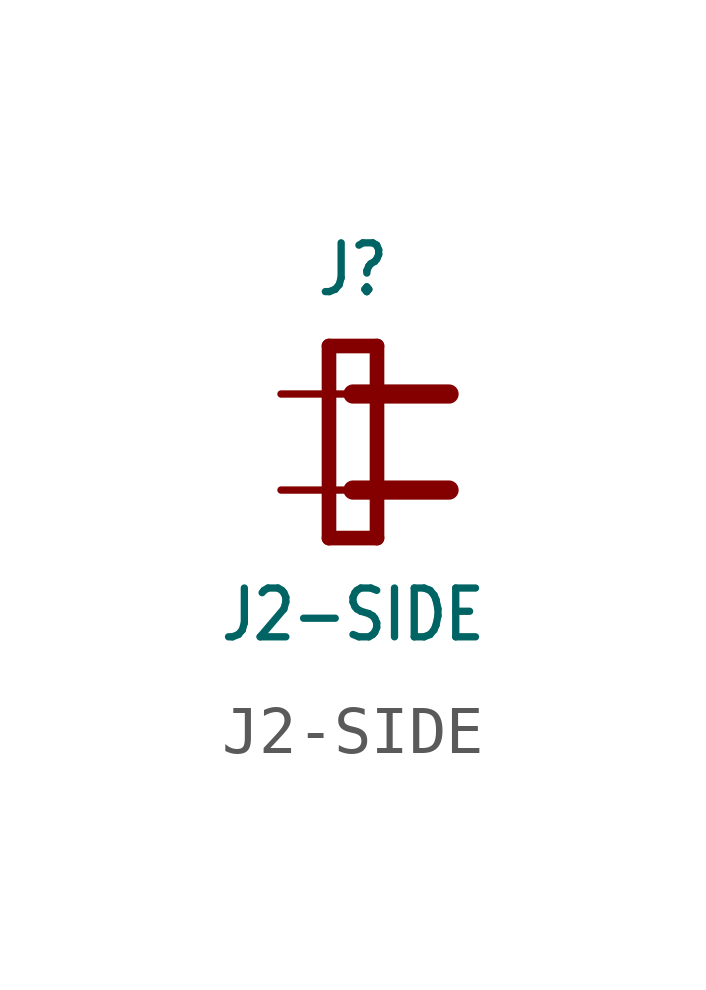
<source format=kicad_sym>
(kicad_symbol_lib
  (version 20211014)
  (generator kicad_symbol_editor)
  (symbol "J2-SIDE"
    (property "Reference" "J"
      (at 0 3 0)
      (effects (font (size 1.016 0.864)) (justify bottom)))
    (property "Value" "J2-SIDE"
      (at 0 -3 0)
      (effects (font (size 1.016 0.864)) (justify top)))
    (property "ki_locked" ""
      (at 0 0 0)
      (effects (font (size 1.27 1.27))))
    (symbol "J2-SIDE_1_0"
      (polyline (pts (xy -0.5 -2) (xy 0.5 -2)) (stroke (width 0.305) (type default) (color 0 0 0 0)) (fill (type none)))
      (polyline (pts (xy -0.5 2) (xy -0.5 -2)) (stroke (width 0.305) (type default) (color 0 0 0 0)) (fill (type none)))
      (polyline (pts (xy 0 -1) (xy 2 -1)) (stroke (width 0.4) (type default) (color 0 0 0 0)) (fill (type none)))
      (polyline (pts (xy 0 1) (xy 2 1)) (stroke (width 0.4) (type default) (color 0 0 0 0)) (fill (type none)))
      (polyline (pts (xy 0.5 -2) (xy 0.5 2)) (stroke (width 0.305) (type default) (color 0 0 0 0)) (fill (type none)))
      (polyline (pts (xy 0.5 2) (xy -0.5 2)) (stroke (width 0.305) (type default) (color 0 0 0 0)) (fill (type none)))
      (pin bidirectional line (at -1.5 1 0) (length 2.54) (name "P$1" (effects (font (size 0 0)))) (number "1" (effects (font (size 0 0)))))
      (pin bidirectional line (at -1.5 -1 0) (length 2.54) (name "P$2" (effects (font (size 0 0)))) (number "2" (effects (font (size 0 0))))))))
</source>
